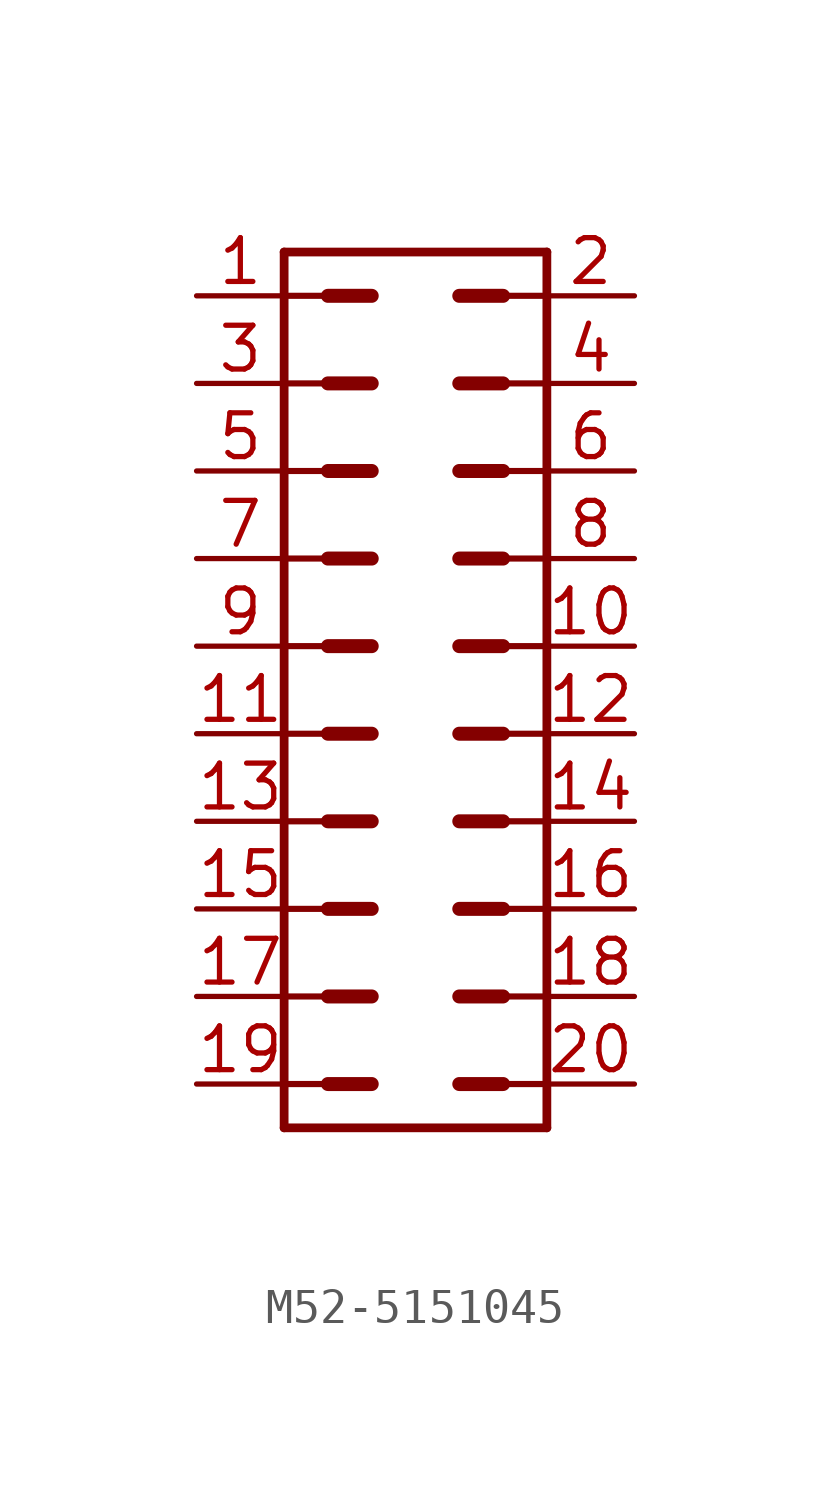
<source format=kicad_sym>
(kicad_symbol_lib
  (version 20220914)
  (generator kicad_symbol_editor)
  (symbol "M52-5151045"
    (property "Reference" ""
      (at 6.35 12.7 0)
      (effects (font (size 1.778 1.511)) hide))
    (property "Value" ""
      (at 6.35 -15.24 0)
      (effects (font (size 1.778 1.511))))
    (property "ki_locked" ""
      (at 0 0 0)
      (effects (font (size 1.27 1.27))))
    (symbol "M52-5151045_1_0"
      (polyline (pts (xy 2.54 -13.97) (xy 2.54 11.43)) (stroke (width 0.254) (type solid)) (fill (type none)))
      (polyline (pts (xy 2.54 -12.7) (xy 3.81 -12.7)) (stroke (width 0.178) (type solid)) (fill (type none)))
      (polyline (pts (xy 2.54 -10.16) (xy 3.81 -10.16)) (stroke (width 0.178) (type solid)) (fill (type none)))
      (polyline (pts (xy 2.54 -7.62) (xy 3.81 -7.62)) (stroke (width 0.178) (type solid)) (fill (type none)))
      (polyline (pts (xy 2.54 -5.08) (xy 3.81 -5.08)) (stroke (width 0.178) (type solid)) (fill (type none)))
      (polyline (pts (xy 2.54 -2.54) (xy 3.81 -2.54)) (stroke (width 0.178) (type solid)) (fill (type none)))
      (polyline (pts (xy 2.54 0) (xy 3.81 0)) (stroke (width 0.178) (type solid)) (fill (type none)))
      (polyline (pts (xy 2.54 2.54) (xy 3.81 2.54)) (stroke (width 0.178) (type solid)) (fill (type none)))
      (polyline (pts (xy 2.54 5.08) (xy 3.81 5.08)) (stroke (width 0.178) (type solid)) (fill (type none)))
      (polyline (pts (xy 2.54 7.62) (xy 3.81 7.62)) (stroke (width 0.178) (type solid)) (fill (type none)))
      (polyline (pts (xy 2.54 10.16) (xy 3.81 10.16)) (stroke (width 0.178) (type solid)) (fill (type none)))
      (polyline (pts (xy 2.54 11.43) (xy 10.16 11.43)) (stroke (width 0.254) (type solid)) (fill (type none)))
      (polyline (pts (xy 3.81 -12.7) (xy 5.08 -12.7)) (stroke (width 0.406) (type solid)) (fill (type none)))
      (polyline (pts (xy 3.81 -10.16) (xy 5.08 -10.16)) (stroke (width 0.406) (type solid)) (fill (type none)))
      (polyline (pts (xy 3.81 -7.62) (xy 5.08 -7.62)) (stroke (width 0.406) (type solid)) (fill (type none)))
      (polyline (pts (xy 3.81 -5.08) (xy 5.08 -5.08)) (stroke (width 0.406) (type solid)) (fill (type none)))
      (polyline (pts (xy 3.81 -2.54) (xy 5.08 -2.54)) (stroke (width 0.406) (type solid)) (fill (type none)))
      (polyline (pts (xy 3.81 0) (xy 5.08 0)) (stroke (width 0.406) (type solid)) (fill (type none)))
      (polyline (pts (xy 3.81 2.54) (xy 5.08 2.54)) (stroke (width 0.406) (type solid)) (fill (type none)))
      (polyline (pts (xy 3.81 5.08) (xy 5.08 5.08)) (stroke (width 0.406) (type solid)) (fill (type none)))
      (polyline (pts (xy 3.81 7.62) (xy 5.08 7.62)) (stroke (width 0.406) (type solid)) (fill (type none)))
      (polyline (pts (xy 3.81 10.16) (xy 5.08 10.16)) (stroke (width 0.406) (type solid)) (fill (type none)))
      (polyline (pts (xy 7.62 -12.7) (xy 8.89 -12.7)) (stroke (width 0.406) (type solid)) (fill (type none)))
      (polyline (pts (xy 7.62 -10.16) (xy 8.89 -10.16)) (stroke (width 0.406) (type solid)) (fill (type none)))
      (polyline (pts (xy 7.62 -7.62) (xy 8.89 -7.62)) (stroke (width 0.406) (type solid)) (fill (type none)))
      (polyline (pts (xy 7.62 -5.08) (xy 8.89 -5.08)) (stroke (width 0.406) (type solid)) (fill (type none)))
      (polyline (pts (xy 7.62 -2.54) (xy 8.89 -2.54)) (stroke (width 0.406) (type solid)) (fill (type none)))
      (polyline (pts (xy 7.62 0) (xy 8.89 0)) (stroke (width 0.406) (type solid)) (fill (type none)))
      (polyline (pts (xy 7.62 2.54) (xy 8.89 2.54)) (stroke (width 0.406) (type solid)) (fill (type none)))
      (polyline (pts (xy 7.62 5.08) (xy 8.89 5.08)) (stroke (width 0.406) (type solid)) (fill (type none)))
      (polyline (pts (xy 7.62 7.62) (xy 8.89 7.62)) (stroke (width 0.406) (type solid)) (fill (type none)))
      (polyline (pts (xy 7.62 10.16) (xy 8.89 10.16)) (stroke (width 0.406) (type solid)) (fill (type none)))
      (polyline (pts (xy 8.89 -12.7) (xy 10.16 -12.7)) (stroke (width 0.178) (type solid)) (fill (type none)))
      (polyline (pts (xy 8.89 -10.16) (xy 10.16 -10.16)) (stroke (width 0.178) (type solid)) (fill (type none)))
      (polyline (pts (xy 8.89 -7.62) (xy 10.16 -7.62)) (stroke (width 0.178) (type solid)) (fill (type none)))
      (polyline (pts (xy 8.89 -5.08) (xy 10.16 -5.08)) (stroke (width 0.178) (type solid)) (fill (type none)))
      (polyline (pts (xy 8.89 -2.54) (xy 10.16 -2.54)) (stroke (width 0.178) (type solid)) (fill (type none)))
      (polyline (pts (xy 8.89 0) (xy 10.16 0)) (stroke (width 0.178) (type solid)) (fill (type none)))
      (polyline (pts (xy 8.89 2.54) (xy 10.16 2.54)) (stroke (width 0.178) (type solid)) (fill (type none)))
      (polyline (pts (xy 8.89 5.08) (xy 10.16 5.08)) (stroke (width 0.178) (type solid)) (fill (type none)))
      (polyline (pts (xy 8.89 7.62) (xy 10.16 7.62)) (stroke (width 0.178) (type solid)) (fill (type none)))
      (polyline (pts (xy 8.89 10.16) (xy 10.16 10.16)) (stroke (width 0.178) (type solid)) (fill (type none)))
      (polyline (pts (xy 10.16 -13.97) (xy 2.54 -13.97)) (stroke (width 0.254) (type solid)) (fill (type none)))
      (polyline (pts (xy 10.16 11.43) (xy 10.16 -13.97)) (stroke (width 0.254) (type solid)) (fill (type none)))
      (pin bidirectional line (at 0 10.16 0) (length 2.54) (name "1" (effects (font (size 0 0)))) (number "1" (effects (font (size 1.27 1.27)))))
      (pin bidirectional line (at 12.7 0 180) (length 2.54) (name "10" (effects (font (size 0 0)))) (number "10" (effects (font (size 1.27 1.27)))))
      (pin bidirectional line (at 0 -2.54 0) (length 2.54) (name "11" (effects (font (size 0 0)))) (number "11" (effects (font (size 1.27 1.27)))))
      (pin bidirectional line (at 12.7 -2.54 180) (length 2.54) (name "12" (effects (font (size 0 0)))) (number "12" (effects (font (size 1.27 1.27)))))
      (pin bidirectional line (at 0 -5.08 0) (length 2.54) (name "13" (effects (font (size 0 0)))) (number "13" (effects (font (size 1.27 1.27)))))
      (pin bidirectional line (at 12.7 -5.08 180) (length 2.54) (name "14" (effects (font (size 0 0)))) (number "14" (effects (font (size 1.27 1.27)))))
      (pin bidirectional line (at 0 -7.62 0) (length 2.54) (name "15" (effects (font (size 0 0)))) (number "15" (effects (font (size 1.27 1.27)))))
      (pin bidirectional line (at 12.7 -7.62 180) (length 2.54) (name "16" (effects (font (size 0 0)))) (number "16" (effects (font (size 1.27 1.27)))))
      (pin bidirectional line (at 0 -10.16 0) (length 2.54) (name "17" (effects (font (size 0 0)))) (number "17" (effects (font (size 1.27 1.27)))))
      (pin bidirectional line (at 12.7 -10.16 180) (length 2.54) (name "18" (effects (font (size 0 0)))) (number "18" (effects (font (size 1.27 1.27)))))
      (pin bidirectional line (at 0 -12.7 0) (length 2.54) (name "19" (effects (font (size 0 0)))) (number "19" (effects (font (size 1.27 1.27)))))
      (pin bidirectional line (at 12.7 10.16 180) (length 2.54) (name "2" (effects (font (size 0 0)))) (number "2" (effects (font (size 1.27 1.27)))))
      (pin bidirectional line (at 12.7 -12.7 180) (length 2.54) (name "20" (effects (font (size 0 0)))) (number "20" (effects (font (size 1.27 1.27)))))
      (pin bidirectional line (at 0 7.62 0) (length 2.54) (name "3" (effects (font (size 0 0)))) (number "3" (effects (font (size 1.27 1.27)))))
      (pin bidirectional line (at 12.7 7.62 180) (length 2.54) (name "4" (effects (font (size 0 0)))) (number "4" (effects (font (size 1.27 1.27)))))
      (pin bidirectional line (at 0 5.08 0) (length 2.54) (name "5" (effects (font (size 0 0)))) (number "5" (effects (font (size 1.27 1.27)))))
      (pin bidirectional line (at 12.7 5.08 180) (length 2.54) (name "6" (effects (font (size 0 0)))) (number "6" (effects (font (size 1.27 1.27)))))
      (pin bidirectional line (at 0 2.54 0) (length 2.54) (name "7" (effects (font (size 0 0)))) (number "7" (effects (font (size 1.27 1.27)))))
      (pin bidirectional line (at 12.7 2.54 180) (length 2.54) (name "8" (effects (font (size 0 0)))) (number "8" (effects (font (size 1.27 1.27)))))
      (pin bidirectional line (at 0 0 0) (length 2.54) (name "9" (effects (font (size 0 0)))) (number "9" (effects (font (size 1.27 1.27))))))))
</source>
